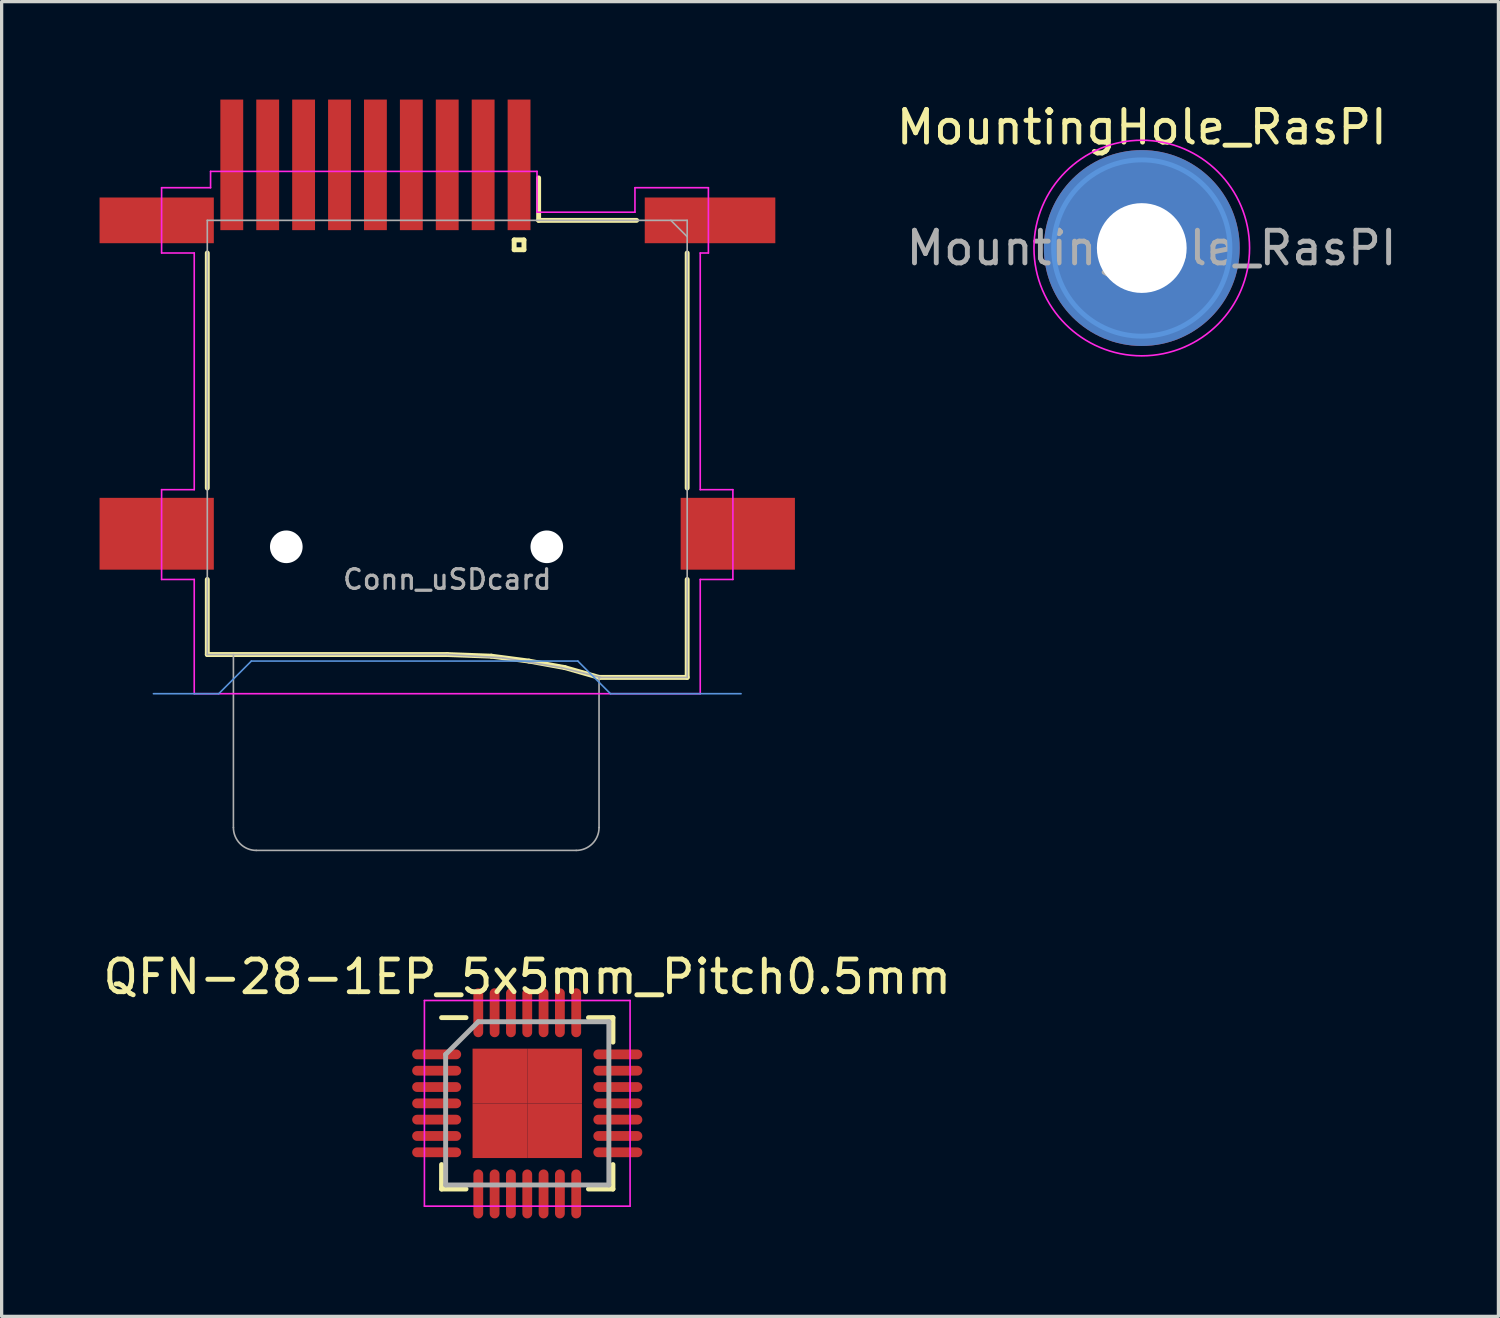
<source format=kicad_pcb>
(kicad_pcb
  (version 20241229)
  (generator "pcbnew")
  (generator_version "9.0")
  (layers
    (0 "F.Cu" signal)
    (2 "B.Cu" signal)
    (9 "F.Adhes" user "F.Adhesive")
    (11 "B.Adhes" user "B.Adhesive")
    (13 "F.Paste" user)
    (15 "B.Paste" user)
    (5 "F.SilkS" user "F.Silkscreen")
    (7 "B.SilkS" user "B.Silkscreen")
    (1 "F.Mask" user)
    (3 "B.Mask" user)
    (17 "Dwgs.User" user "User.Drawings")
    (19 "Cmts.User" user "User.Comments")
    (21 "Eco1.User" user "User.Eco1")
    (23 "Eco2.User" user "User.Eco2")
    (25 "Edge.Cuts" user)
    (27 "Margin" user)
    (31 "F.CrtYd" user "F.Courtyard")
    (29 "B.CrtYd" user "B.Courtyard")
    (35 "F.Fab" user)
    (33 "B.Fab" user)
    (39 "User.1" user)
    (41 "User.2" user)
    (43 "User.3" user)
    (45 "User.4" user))
  (footprint "MountingHole_RasPI"
    (layer "F.Cu")
    (at 31.925 4.548)
    (property "Reference" "MountingHole_RasPI" (at 0 -3.7 0) (layer "F.SilkS") (effects (font (size 1 1) (thickness 0.15))))
    (attr exclude_from_pos_files exclude_from_bom)
    (fp_circle (center 0 0) (end 2.7 0) (stroke (width 0.15) (type solid)) (fill no) (layer "Cmts.User"))
    (fp_circle (center 0 0) (end 3.302 0) (stroke (width 0.05) (type solid)) (fill no) (layer "F.CrtYd"))
    (fp_text user "${REFERENCE}" (at 0.3 0 0) (layer "F.Fab") (effects (font (size 1 1) (thickness 0.15))))
    (pad "1" thru_hole circle (at 0 0) (size 6 6) (drill 2.75) (layers "*.Cu" "*.Mask")))
  (footprint "QFN-28-1EP_5x5mm_Pitch0.5mm"
    (layer "F.Cu")
    (at 13.101 30.748)
    (property "Reference" "QFN-28-1EP_5x5mm_Pitch0.5mm" (at 0 -3.875 0) (layer "F.SilkS") (effects (font (size 1 1) (thickness 0.15))))
    (attr smd)
    (fp_line (start -2.625 -2.625) (end -1.875 -2.625) (stroke (width 0.15) (type solid)) (layer "F.SilkS"))
    (fp_line (start -2.625 2.625) (end -2.625 1.875) (stroke (width 0.15) (type solid)) (layer "F.SilkS"))
    (fp_line (start -2.625 2.625) (end -1.875 2.625) (stroke (width 0.15) (type solid)) (layer "F.SilkS"))
    (fp_line (start 2.625 -2.625) (end 1.875 -2.625) (stroke (width 0.15) (type solid)) (layer "F.SilkS"))
    (fp_line (start 2.625 -2.625) (end 2.625 -1.875) (stroke (width 0.15) (type solid)) (layer "F.SilkS"))
    (fp_line (start 2.625 2.625) (end 1.875 2.625) (stroke (width 0.15) (type solid)) (layer "F.SilkS"))
    (fp_line (start 2.625 2.625) (end 2.625 1.875) (stroke (width 0.15) (type solid)) (layer "F.SilkS"))
    (fp_line (start -3.15 -3.15) (end -3.15 3.15) (stroke (width 0.05) (type solid)) (layer "F.CrtYd"))
    (fp_line (start -3.15 -3.15) (end 3.15 -3.15) (stroke (width 0.05) (type solid)) (layer "F.CrtYd"))
    (fp_line (start -3.15 3.15) (end 3.15 3.15) (stroke (width 0.05) (type solid)) (layer "F.CrtYd"))
    (fp_line (start 3.15 -3.15) (end 3.15 3.15) (stroke (width 0.05) (type solid)) (layer "F.CrtYd"))
    (fp_line (start -2.5 -1.5) (end -1.5 -2.5) (stroke (width 0.15) (type solid)) (layer "F.Fab"))
    (fp_line (start -2.5 2.5) (end -2.5 -1.5) (stroke (width 0.15) (type solid)) (layer "F.Fab"))
    (fp_line (start -1.5 -2.5) (end 2.5 -2.5) (stroke (width 0.15) (type solid)) (layer "F.Fab"))
    (fp_line (start 2.5 -2.5) (end 2.5 2.5) (stroke (width 0.15) (type solid)) (layer "F.Fab"))
    (fp_line (start 2.5 2.5) (end -2.5 2.5) (stroke (width 0.15) (type solid)) (layer "F.Fab"))
    (pad "1" smd oval (at -2.775 -1.5) (size 1.5 0.3) (layers "F.Cu" "F.Mask" "F.Paste"))
    (pad "2" smd oval (at -2.775 -1) (size 1.5 0.3) (layers "F.Cu" "F.Mask" "F.Paste"))
    (pad "3" smd oval (at -2.775 -0.5) (size 1.5 0.3) (layers "F.Cu" "F.Mask" "F.Paste"))
    (pad "4" smd oval (at -2.775 0) (size 1.5 0.3) (layers "F.Cu" "F.Mask" "F.Paste"))
    (pad "5" smd oval (at -2.775 0.5) (size 1.5 0.3) (layers "F.Cu" "F.Mask" "F.Paste"))
    (pad "6" smd oval (at -2.775 1) (size 1.5 0.3) (layers "F.Cu" "F.Mask" "F.Paste"))
    (pad "7" smd oval (at -2.775 1.5) (size 1.5 0.3) (layers "F.Cu" "F.Mask" "F.Paste"))
    (pad "8" smd oval (at -1.5 2.775 90) (size 1.5 0.3) (layers "F.Cu" "F.Mask" "F.Paste"))
    (pad "9" smd oval (at -1 2.775 90) (size 1.5 0.3) (layers "F.Cu" "F.Mask" "F.Paste"))
    (pad "10" smd oval (at -0.5 2.775 90) (size 1.5 0.3) (layers "F.Cu" "F.Mask" "F.Paste"))
    (pad "11" smd oval (at 0 2.775 90) (size 1.5 0.3) (layers "F.Cu" "F.Mask" "F.Paste"))
    (pad "12" smd oval (at 0.5 2.775 90) (size 1.5 0.3) (layers "F.Cu" "F.Mask" "F.Paste"))
    (pad "13" smd oval (at 1 2.775 90) (size 1.5 0.3) (layers "F.Cu" "F.Mask" "F.Paste"))
    (pad "14" smd oval (at 1.5 2.775 90) (size 1.5 0.3) (layers "F.Cu" "F.Mask" "F.Paste"))
    (pad "15" smd oval (at 2.775 1.5) (size 1.5 0.3) (layers "F.Cu" "F.Mask" "F.Paste"))
    (pad "16" smd oval (at 2.775 1) (size 1.5 0.3) (layers "F.Cu" "F.Mask" "F.Paste"))
    (pad "17" smd oval (at 2.775 0.5) (size 1.5 0.3) (layers "F.Cu" "F.Mask" "F.Paste"))
    (pad "18" smd oval (at 2.775 0) (size 1.5 0.3) (layers "F.Cu" "F.Mask" "F.Paste"))
    (pad "19" smd oval (at 2.775 -0.5) (size 1.5 0.3) (layers "F.Cu" "F.Mask" "F.Paste"))
    (pad "20" smd oval (at 2.775 -1) (size 1.5 0.3) (layers "F.Cu" "F.Mask" "F.Paste"))
    (pad "21" smd oval (at 2.775 -1.5) (size 1.5 0.3) (layers "F.Cu" "F.Mask" "F.Paste"))
    (pad "22" smd oval (at 1.5 -2.775 90) (size 1.5 0.3) (layers "F.Cu" "F.Mask" "F.Paste"))
    (pad "23" smd oval (at 1 -2.775 90) (size 1.5 0.3) (layers "F.Cu" "F.Mask" "F.Paste"))
    (pad "24" smd oval (at 0.5 -2.775 90) (size 1.5 0.3) (layers "F.Cu" "F.Mask" "F.Paste"))
    (pad "25" smd oval (at 0 -2.775 90) (size 1.5 0.3) (layers "F.Cu" "F.Mask" "F.Paste"))
    (pad "26" smd oval (at -0.5 -2.775 90) (size 1.5 0.3) (layers "F.Cu" "F.Mask" "F.Paste"))
    (pad "27" smd oval (at -1 -2.775 90) (size 1.5 0.3) (layers "F.Cu" "F.Mask" "F.Paste"))
    (pad "28" smd oval (at -1.5 -2.775 90) (size 1.5 0.3) (layers "F.Cu" "F.Mask" "F.Paste"))
    (pad "29" smd rect (at -0.838 -0.838) (size 1.675 1.675) (layers "F.Cu" "F.Mask" "F.Paste"))
    (pad "29" smd rect (at -0.838 0.838) (size 1.675 1.675) (layers "F.Cu" "F.Mask" "F.Paste"))
    (pad "29" smd rect (at 0.838 -0.838) (size 1.675 1.675) (layers "F.Cu" "F.Mask" "F.Paste"))
    (pad "29" smd rect (at 0.838 0.838) (size 1.675 1.675) (layers "F.Cu" "F.Mask" "F.Paste")))
  (footprint "Conn_uSDcard"
    (layer "F.Cu")
    (at 10.65 13.7)
    (property "Reference" "Conn_uSDcard" (at 0 1 180) (layer "F.Fab") (effects (font (size 0.6 0.6) (thickness 0.1))))
    (attr through_hole)
    (fp_line (start -7.35 -1.8) (end -7.35 -9) (stroke (width 0.15) (type solid)) (layer "F.SilkS"))
    (fp_line (start -7.35 1) (end -7.35 3.3) (stroke (width 0.15) (type solid)) (layer "F.SilkS"))
    (fp_line (start -7.35 3.3) (end 0 3.3) (stroke (width 0.15) (type solid)) (layer "F.SilkS"))
    (fp_line (start 0 3.3) (end 1.35 3.35) (stroke (width 0.15) (type solid)) (layer "F.SilkS"))
    (fp_line (start 1.35 3.35) (end 2.5 3.5) (stroke (width 0.15) (type solid)) (layer "F.SilkS"))
    (fp_line (start 2.05 -9.4) (end 2.05 -9.1) (stroke (width 0.15) (type solid)) (layer "F.SilkS"))
    (fp_line (start 2.05 -9.1) (end 2.35 -9.1) (stroke (width 0.15) (type solid)) (layer "F.SilkS"))
    (fp_line (start 2.35 -9.4) (end 2.05 -9.4) (stroke (width 0.15) (type solid)) (layer "F.SilkS"))
    (fp_line (start 2.35 -9.1) (end 2.35 -9.4) (stroke (width 0.15) (type solid)) (layer "F.SilkS"))
    (fp_line (start 2.5 3.5) (end 3.6 3.7) (stroke (width 0.15) (type solid)) (layer "F.SilkS"))
    (fp_line (start 2.8 -10) (end 2.8 -11.3) (stroke (width 0.15) (type solid)) (layer "F.SilkS"))
    (fp_line (start 2.8 -10) (end 5.8 -10) (stroke (width 0.15) (type solid)) (layer "F.SilkS"))
    (fp_line (start 3.6 3.7) (end 4.65 4) (stroke (width 0.15) (type solid)) (layer "F.SilkS"))
    (fp_line (start 4.65 4) (end 7.35 4) (stroke (width 0.15) (type solid)) (layer "F.SilkS"))
    (fp_line (start 7.35 -9) (end 7.35 -1.8) (stroke (width 0.15) (type solid)) (layer "F.SilkS"))
    (fp_line (start 7.35 4) (end 7.35 1) (stroke (width 0.15) (type solid)) (layer "F.SilkS"))
    (fp_line (start -9 4.5) (end -7 4.5) (stroke (width 0.05) (type solid)) (layer "Cmts.User"))
    (fp_line (start -7 4.5) (end -6 3.5) (stroke (width 0.05) (type solid)) (layer "Cmts.User"))
    (fp_line (start -6 3.5) (end 4 3.5) (stroke (width 0.05) (type solid)) (layer "Cmts.User"))
    (fp_line (start 4 3.5) (end 5 4.5) (stroke (width 0.05) (type solid)) (layer "Cmts.User"))
    (fp_line (start 5 4.5) (end 9 4.5) (stroke (width 0.05) (type solid)) (layer "Cmts.User"))
    (fp_line (start -8.75 -11) (end -7.25 -11) (stroke (width 0.05) (type solid)) (layer "F.CrtYd"))
    (fp_line (start -8.75 -9) (end -8.75 -11) (stroke (width 0.05) (type solid)) (layer "F.CrtYd"))
    (fp_line (start -8.75 -1.75) (end -7.75 -1.75) (stroke (width 0.05) (type solid)) (layer "F.CrtYd"))
    (fp_line (start -8.75 1) (end -8.75 -1.75) (stroke (width 0.05) (type solid)) (layer "F.CrtYd"))
    (fp_line (start -7.75 -9) (end -8.75 -9) (stroke (width 0.05) (type solid)) (layer "F.CrtYd"))
    (fp_line (start -7.75 -1.75) (end -7.75 -9) (stroke (width 0.05) (type solid)) (layer "F.CrtYd"))
    (fp_line (start -7.75 1) (end -8.75 1) (stroke (width 0.05) (type solid)) (layer "F.CrtYd"))
    (fp_line (start -7.75 4.5) (end -7.75 1) (stroke (width 0.05) (type solid)) (layer "F.CrtYd"))
    (fp_line (start -7.75 4.5) (end 7.75 4.5) (stroke (width 0.05) (type solid)) (layer "F.CrtYd"))
    (fp_line (start -7.25 -11.5) (end 2.75 -11.5) (stroke (width 0.05) (type solid)) (layer "F.CrtYd"))
    (fp_line (start -7.25 -11) (end -7.25 -11.5) (stroke (width 0.05) (type solid)) (layer "F.CrtYd"))
    (fp_line (start 2.75 -11.5) (end 2.75 -10.25) (stroke (width 0.05) (type solid)) (layer "F.CrtYd"))
    (fp_line (start 2.75 -10.25) (end 5.75 -10.25) (stroke (width 0.05) (type solid)) (layer "F.CrtYd"))
    (fp_line (start 5.75 -11) (end 8 -11) (stroke (width 0.05) (type solid)) (layer "F.CrtYd"))
    (fp_line (start 5.75 -10.25) (end 5.75 -11) (stroke (width 0.05) (type solid)) (layer "F.CrtYd"))
    (fp_line (start 7.75 -9) (end 7.75 -1.75) (stroke (width 0.05) (type solid)) (layer "F.CrtYd"))
    (fp_line (start 7.75 -1.75) (end 8.75 -1.75) (stroke (width 0.05) (type solid)) (layer "F.CrtYd"))
    (fp_line (start 7.75 1) (end 7.75 4.5) (stroke (width 0.05) (type solid)) (layer "F.CrtYd"))
    (fp_line (start 8 -11) (end 8 -9) (stroke (width 0.05) (type solid)) (layer "F.CrtYd"))
    (fp_line (start 8 -9) (end 7.75 -9) (stroke (width 0.05) (type solid)) (layer "F.CrtYd"))
    (fp_line (start 8.75 -1.75) (end 8.75 1) (stroke (width 0.05) (type solid)) (layer "F.CrtYd"))
    (fp_line (start 8.75 1) (end 7.75 1) (stroke (width 0.05) (type solid)) (layer "F.CrtYd"))
    (fp_line (start -7.35 -10) (end -7.35 3.3) (stroke (width 0.05) (type solid)) (layer "F.Fab"))
    (fp_line (start -7.35 -10) (end 7.35 -10) (stroke (width 0.05) (type solid)) (layer "F.Fab"))
    (fp_line (start -7.35 3.3) (end 0 3.3) (stroke (width 0.05) (type solid)) (layer "F.Fab"))
    (fp_line (start -6.55 8.6) (end -6.55 3.3) (stroke (width 0.05) (type solid)) (layer "F.Fab"))
    (fp_line (start -5.85 9.3) (end 3.95 9.3) (stroke (width 0.05) (type solid)) (layer "F.Fab"))
    (fp_line (start 0 3.3) (end 1.7 3.4) (stroke (width 0.05) (type solid)) (layer "F.Fab"))
    (fp_line (start 1.7 3.4) (end 3.5 3.7) (stroke (width 0.05) (type solid)) (layer "F.Fab"))
    (fp_line (start 3.5 3.7) (end 4.7 4) (stroke (width 0.05) (type solid)) (layer "F.Fab"))
    (fp_line (start 4.65 4) (end 7.35 4) (stroke (width 0.05) (type solid)) (layer "F.Fab"))
    (fp_line (start 4.65 8.6) (end 4.65 4) (stroke (width 0.05) (type solid)) (layer "F.Fab"))
    (fp_line (start 7.35 -10) (end 7.35 4) (stroke (width 0.05) (type solid)) (layer "F.Fab"))
    (fp_line (start 7.35 -9.5) (end 6.85 -10) (stroke (width 0.05) (type solid)) (layer "F.Fab"))
    (fp_arc (start -5.85 9.3) (mid -6.344975 9.094975) (end -6.55 8.6) (stroke (width 0.05) (type solid)) (layer "F.Fab"))
    (fp_arc (start 4.65 8.6) (mid 4.444975 9.094975) (end 3.95 9.3) (stroke (width 0.05) (type solid)) (layer "F.Fab"))
    (fp_text user "${REFERENCE}" (at 2.1 -9.35 180) (layer "Eco1.User") (effects (font (size 0.3 0.3) (thickness 0.03))))
    (pad "" np_thru_hole circle (at -4.93 0) (size 1 1) (drill 1) (layers "*.Cu"))
    (pad "" np_thru_hole circle (at 3.05 0) (size 1 1) (drill 1) (layers "*.Cu"))
    (pad "1" smd rect (at 2.2 -11.7) (size 0.7 4) (layers "F.Cu" "F.Mask" "F.Paste"))
    (pad "2" smd rect (at 1.1 -11.7) (size 0.7 4) (layers "F.Cu" "F.Mask" "F.Paste"))
    (pad "3" smd rect (at 0 -11.7) (size 0.7 4) (layers "F.Cu" "F.Mask" "F.Paste"))
    (pad "4" smd rect (at -1.1 -11.7) (size 0.7 4) (layers "F.Cu" "F.Mask" "F.Paste"))
    (pad "5" smd rect (at -2.2 -11.7) (size 0.7 4) (layers "F.Cu" "F.Mask" "F.Paste"))
    (pad "6" smd rect (at -8.9 -10) (size 3.5 1.4) (layers "F.Cu" "F.Mask" "F.Paste"))
    (pad "6" smd rect (at -8.9 -0.4) (size 3.5 2.2) (layers "F.Cu" "F.Mask" "F.Paste"))
    (pad "6" smd rect (at -3.3 -11.7) (size 0.7 4) (layers "F.Cu" "F.Mask" "F.Paste"))
    (pad "6" smd rect (at 8.05 -10) (size 4 1.4) (layers "F.Cu" "F.Mask" "F.Paste"))
    (pad "6" smd rect (at 8.9 -0.4) (size 3.5 2.2) (layers "F.Cu" "F.Mask" "F.Paste"))
    (pad "7" smd rect (at -4.4 -11.7) (size 0.7 4) (layers "F.Cu" "F.Mask" "F.Paste"))
    (pad "8" smd rect (at -5.5 -11.7) (size 0.7 4) (layers "F.Cu" "F.Mask" "F.Paste"))
    (pad "9" smd rect (at -6.6 -11.7) (size 0.7 4) (layers "F.Cu" "F.Mask" "F.Paste")))
  (gr_rect
    (start -3 -3)
    (end 42.85 37.273)
    (stroke (width 0.1) (type default))
    (fill no)
    (layer "Edge.Cuts")))
</source>
